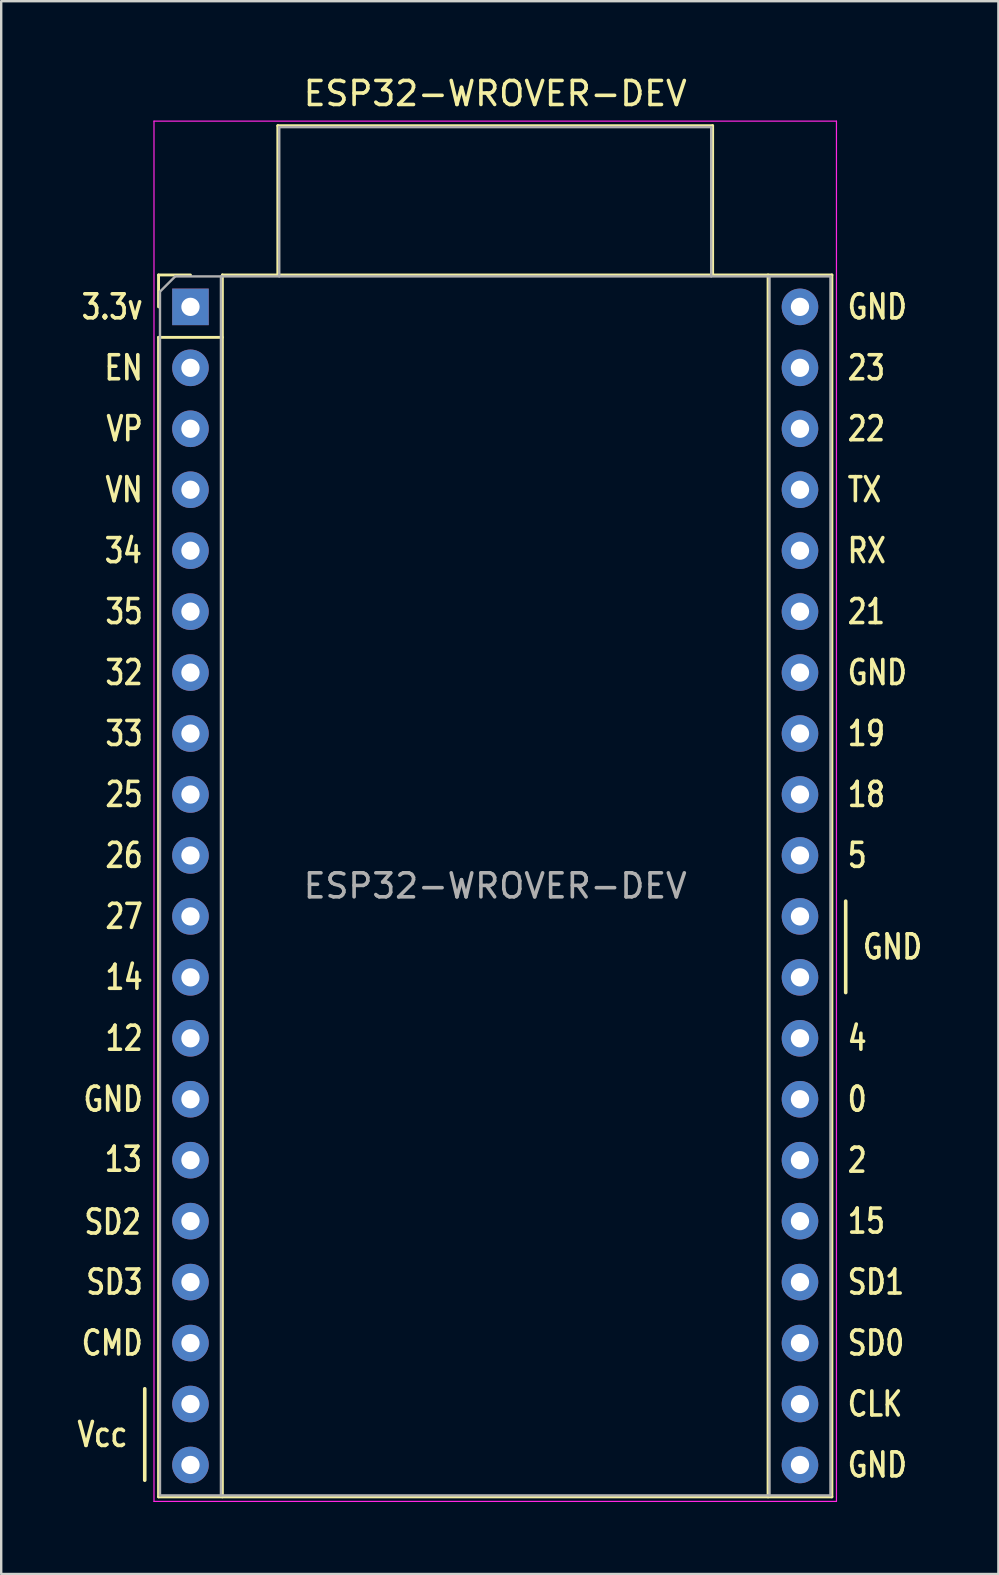
<source format=kicad_pcb>
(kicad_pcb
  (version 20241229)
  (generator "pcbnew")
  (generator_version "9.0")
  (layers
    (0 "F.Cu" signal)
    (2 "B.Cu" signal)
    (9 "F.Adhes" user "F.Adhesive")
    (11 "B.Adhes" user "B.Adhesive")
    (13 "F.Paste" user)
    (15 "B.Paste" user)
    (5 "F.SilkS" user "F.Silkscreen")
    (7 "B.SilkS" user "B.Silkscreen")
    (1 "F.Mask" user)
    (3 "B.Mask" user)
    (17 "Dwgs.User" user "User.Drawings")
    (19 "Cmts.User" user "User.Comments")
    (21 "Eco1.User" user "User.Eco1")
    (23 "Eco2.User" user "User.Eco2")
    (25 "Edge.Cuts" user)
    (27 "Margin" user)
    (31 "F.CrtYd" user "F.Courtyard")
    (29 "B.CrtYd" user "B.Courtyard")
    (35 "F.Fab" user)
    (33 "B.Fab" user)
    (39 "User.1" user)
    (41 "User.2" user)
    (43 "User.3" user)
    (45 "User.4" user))
  (footprint "ESP32-WROVER-DEV"
    (layer "F.Cu")
    (at 4.887 9.738)
    (property "Reference" "ESP32-WROVER-DEV" (at 12.7 -8.89 0) (layer "F.SilkS") (effects (font (size 1 1) (thickness 0.15))))
    (attr through_hole)
    (fp_line (start -1.905 45.085) (end -1.905 48.895) (stroke (width 0.15) (type solid)) (layer "F.SilkS"))
    (fp_line (start -1.33 -1.33) (end -1.33 0) (stroke (width 0.12) (type solid)) (layer "F.SilkS"))
    (fp_line (start -1.33 1.27) (end 1.33 1.27) (stroke (width 0.12) (type solid)) (layer "F.SilkS"))
    (fp_line (start -1.33 49.59) (end -1.33 1.27) (stroke (width 0.12) (type solid)) (layer "F.SilkS"))
    (fp_line (start 0 -1.33) (end -1.33 -1.33) (stroke (width 0.12) (type solid)) (layer "F.SilkS"))
    (fp_line (start 1.33 -1.33) (end 1.33 49.59) (stroke (width 0.12) (type solid)) (layer "F.SilkS"))
    (fp_line (start 1.33 -1.33) (end 26.73 -1.33) (stroke (width 0.12) (type solid)) (layer "F.SilkS"))
    (fp_line (start 3.64 -7.55) (end 3.64 -1.33) (stroke (width 0.12) (type solid)) (layer "F.SilkS"))
    (fp_line (start 3.64 -7.55) (end 21.76 -7.55) (stroke (width 0.12) (type solid)) (layer "F.SilkS"))
    (fp_line (start 21.76 -7.55) (end 21.76 -1.33) (stroke (width 0.12) (type solid)) (layer "F.SilkS"))
    (fp_line (start 24.07 49.59) (end 24.07 -1.33) (stroke (width 0.12) (type solid)) (layer "F.SilkS"))
    (fp_line (start 26.73 -1.33) (end 26.73 49.59) (stroke (width 0.12) (type solid)) (layer "F.SilkS"))
    (fp_line (start 26.73 49.59) (end -1.33 49.59) (stroke (width 0.12) (type solid)) (layer "F.SilkS"))
    (fp_line (start 27.305 24.765) (end 27.305 28.575) (stroke (width 0.15) (type solid)) (layer "F.SilkS"))
    (fp_line (start -1.52 -7.74) (end 26.92 -7.74) (stroke (width 0.05) (type solid)) (layer "F.CrtYd"))
    (fp_line (start -1.52 49.78) (end -1.52 -7.74) (stroke (width 0.05) (type solid)) (layer "F.CrtYd"))
    (fp_line (start 26.92 -7.74) (end 26.92 49.78) (stroke (width 0.05) (type solid)) (layer "F.CrtYd"))
    (fp_line (start 26.92 49.78) (end -1.52 49.78) (stroke (width 0.05) (type solid)) (layer "F.CrtYd"))
    (fp_line (start -1.27 -0.635) (end -0.635 -1.27) (stroke (width 0.1) (type solid)) (layer "F.Fab"))
    (fp_line (start -1.27 49.53) (end -1.27 -0.635) (stroke (width 0.1) (type solid)) (layer "F.Fab"))
    (fp_line (start -0.635 -1.27) (end 26.67 -1.27) (stroke (width 0.1) (type solid)) (layer "F.Fab"))
    (fp_line (start 1.27 -1.27) (end 1.27 49.53) (stroke (width 0.1) (type solid)) (layer "F.Fab"))
    (fp_line (start 3.7 -7.49) (end 21.7 -7.49) (stroke (width 0.1) (type solid)) (layer "F.Fab"))
    (fp_line (start 3.7 -1.27) (end 3.7 -7.49) (stroke (width 0.1) (type solid)) (layer "F.Fab"))
    (fp_line (start 21.7 -7.49) (end 21.7 -1.27) (stroke (width 0.1) (type solid)) (layer "F.Fab"))
    (fp_line (start 24.13 -1.27) (end 24.13 49.53) (stroke (width 0.1) (type solid)) (layer "F.Fab"))
    (fp_line (start 26.67 -1.27) (end 26.67 49.53) (stroke (width 0.1) (type solid)) (layer "F.Fab"))
    (fp_line (start 26.67 49.53) (end -1.27 49.53) (stroke (width 0.1) (type solid)) (layer "F.Fab"))
    (fp_text user "15" (at 27.305 38.1 0) (unlocked yes) (layer "F.SilkS") (effects (font (size 1 0.8) (thickness 0.15)) (justify left)))
    (fp_text user "32" (at -1.905 15.24 0) (unlocked yes) (layer "F.SilkS") (effects (font (size 1 0.8) (thickness 0.15)) (justify right)))
    (fp_text user "GND" (at 27.305 0 0) (unlocked yes) (layer "F.SilkS") (effects (font (size 1 0.8) (thickness 0.15)) (justify left)))
    (fp_text user "12" (at -1.905 30.48 0) (unlocked yes) (layer "F.SilkS") (effects (font (size 1 0.8) (thickness 0.15)) (justify right)))
    (fp_text user "3.3v" (at -1.905 0 0) (unlocked yes) (layer "F.SilkS") (effects (font (size 1 0.8) (thickness 0.15)) (justify right)))
    (fp_text user "2" (at 27.305 35.56 0) (unlocked yes) (layer "F.SilkS") (effects (font (size 1 0.8) (thickness 0.15)) (justify left)))
    (fp_text user "22" (at 27.305 5.08 0) (unlocked yes) (layer "F.SilkS") (effects (font (size 1 0.8) (thickness 0.15)) (justify left)))
    (fp_text user "0" (at 27.305 33.02 0) (unlocked yes) (layer "F.SilkS") (effects (font (size 1 0.8) (thickness 0.15)) (justify left)))
    (fp_text user "GND" (at 27.305 48.26 0) (unlocked yes) (layer "F.SilkS") (effects (font (size 1 0.8) (thickness 0.15)) (justify left)))
    (fp_text user "EN" (at -1.905 2.54 0) (unlocked yes) (layer "F.SilkS") (effects (font (size 1 0.8) (thickness 0.15)) (justify right)))
    (fp_text user "26" (at -1.905 22.86 0) (unlocked yes) (layer "F.SilkS") (effects (font (size 1 0.8) (thickness 0.15)) (justify right)))
    (fp_text user "Vcc" (at -2.54 46.99 0) (unlocked yes) (layer "F.SilkS") (effects (font (size 1 0.8) (thickness 0.15)) (justify right)))
    (fp_text user "GND" (at 27.94 26.67 0) (unlocked yes) (layer "F.SilkS") (effects (font (size 1 0.8) (thickness 0.15)) (justify left)))
    (fp_text user "SD0" (at 27.305 43.18 0) (unlocked yes) (layer "F.SilkS") (effects (font (size 1 0.8) (thickness 0.15)) (justify left)))
    (fp_text user "35" (at -1.905 12.7 0) (unlocked yes) (layer "F.SilkS") (effects (font (size 1 0.8) (thickness 0.15)) (justify right)))
    (fp_text user "SD2" (at -1.98 38.14 0) (unlocked yes) (layer "F.SilkS") (effects (font (size 1 0.8) (thickness 0.15)) (justify right)))
    (fp_text user "SD1" (at 27.305 40.64 0) (unlocked yes) (layer "F.SilkS") (effects (font (size 1 0.8) (thickness 0.15)) (justify left)))
    (fp_text user "GND" (at -1.905 33.02 0) (unlocked yes) (layer "F.SilkS") (effects (font (size 1 0.8) (thickness 0.15)) (justify right)))
    (fp_text user "SD3" (at -1.905 40.64 0) (unlocked yes) (layer "F.SilkS") (effects (font (size 1 0.8) (thickness 0.15)) (justify right)))
    (fp_text user "27" (at -1.905 25.4 0) (unlocked yes) (layer "F.SilkS") (effects (font (size 1 0.8) (thickness 0.15)) (justify right)))
    (fp_text user "18" (at 27.305 20.32 0) (unlocked yes) (layer "F.SilkS") (effects (font (size 1 0.8) (thickness 0.15)) (justify left)))
    (fp_text user "CLK" (at 27.305 45.72 0) (unlocked yes) (layer "F.SilkS") (effects (font (size 1 0.8) (thickness 0.15)) (justify left)))
    (fp_text user "23" (at 27.305 2.54 0) (unlocked yes) (layer "F.SilkS") (effects (font (size 1 0.8) (thickness 0.15)) (justify left)))
    (fp_text user "21" (at 27.305 12.7 0) (unlocked yes) (layer "F.SilkS") (effects (font (size 1 0.8) (thickness 0.15)) (justify left)))
    (fp_text user "CMD" (at -1.905 43.18 0) (unlocked yes) (layer "F.SilkS") (effects (font (size 1 0.8) (thickness 0.15)) (justify right)))
    (fp_text user "GND" (at 27.305 15.24 0) (unlocked yes) (layer "F.SilkS") (effects (font (size 1 0.8) (thickness 0.15)) (justify left)))
    (fp_text user "4" (at 27.305 30.48 0) (unlocked yes) (layer "F.SilkS") (effects (font (size 1 0.8) (thickness 0.15)) (justify left)))
    (fp_text user "25" (at -1.905 20.32 0) (unlocked yes) (layer "F.SilkS") (effects (font (size 1 0.8) (thickness 0.15)) (justify right)))
    (fp_text user "13" (at -1.938 35.521 0) (unlocked yes) (layer "F.SilkS") (effects (font (size 1 0.8) (thickness 0.15)) (justify right)))
    (fp_text user "RX" (at 27.305 10.16 0) (unlocked yes) (layer "F.SilkS") (effects (font (size 1 0.8) (thickness 0.15)) (justify left)))
    (fp_text user "VP" (at -1.905 5.08 0) (unlocked yes) (layer "F.SilkS") (effects (font (size 1 0.8) (thickness 0.15)) (justify right)))
    (fp_text user "VN" (at -1.905 7.62 0) (unlocked yes) (layer "F.SilkS") (effects (font (size 1 0.8) (thickness 0.15)) (justify right)))
    (fp_text user "5" (at 27.305 22.86 0) (unlocked yes) (layer "F.SilkS") (effects (font (size 1 0.8) (thickness 0.15)) (justify left)))
    (fp_text user "19" (at 27.305 17.78 0) (unlocked yes) (layer "F.SilkS") (effects (font (size 1 0.8) (thickness 0.15)) (justify left)))
    (fp_text user "34" (at -1.938 10.16 0) (unlocked yes) (layer "F.SilkS") (effects (font (size 1 0.8) (thickness 0.15)) (justify right)))
    (fp_text user "33" (at -1.905 17.78 0) (unlocked yes) (layer "F.SilkS") (effects (font (size 1 0.8) (thickness 0.15)) (justify right)))
    (fp_text user "TX" (at 27.305 7.62 0) (unlocked yes) (layer "F.SilkS") (effects (font (size 1 0.8) (thickness 0.15)) (justify left)))
    (fp_text user "14" (at -1.905 27.94 0) (unlocked yes) (layer "F.SilkS") (effects (font (size 1 0.8) (thickness 0.15)) (justify right)))
    (fp_text user "${REFERENCE}" (at 12.7 24.13 0) (layer "F.Fab") (effects (font (size 1 1) (thickness 0.15))))
    (pad "1" thru_hole rect (at 0 0) (size 1.524 1.524) (drill 0.762) (layers "*.Cu" "*.Mask"))
    (pad "2" thru_hole circle (at 0 2.54) (size 1.524 1.524) (drill 0.762) (layers "*.Cu" "*.Mask"))
    (pad "3" thru_hole circle (at 0 5.08) (size 1.524 1.524) (drill 0.762) (layers "*.Cu" "*.Mask"))
    (pad "4" thru_hole circle (at 0 7.62) (size 1.524 1.524) (drill 0.762) (layers "*.Cu" "*.Mask"))
    (pad "5" thru_hole circle (at 0 10.16) (size 1.524 1.524) (drill 0.762) (layers "*.Cu" "*.Mask"))
    (pad "6" thru_hole circle (at 0 12.7) (size 1.524 1.524) (drill 0.762) (layers "*.Cu" "*.Mask"))
    (pad "7" thru_hole circle (at 0 15.24) (size 1.524 1.524) (drill 0.762) (layers "*.Cu" "*.Mask"))
    (pad "8" thru_hole circle (at 0 17.78) (size 1.524 1.524) (drill 0.762) (layers "*.Cu" "*.Mask"))
    (pad "9" thru_hole circle (at 0 20.32) (size 1.524 1.524) (drill 0.762) (layers "*.Cu" "*.Mask"))
    (pad "10" thru_hole circle (at 0 22.86) (size 1.524 1.524) (drill 0.762) (layers "*.Cu" "*.Mask"))
    (pad "11" thru_hole circle (at 0 25.4) (size 1.524 1.524) (drill 0.762) (layers "*.Cu" "*.Mask"))
    (pad "12" thru_hole circle (at 0 27.94) (size 1.524 1.524) (drill 0.762) (layers "*.Cu" "*.Mask"))
    (pad "13" thru_hole circle (at 0 30.48) (size 1.524 1.524) (drill 0.762) (layers "*.Cu" "*.Mask"))
    (pad "14" thru_hole circle (at 0 33.02) (size 1.524 1.524) (drill 0.762) (layers "*.Cu" "*.Mask"))
    (pad "15" thru_hole circle (at 0 35.56) (size 1.524 1.524) (drill 0.762) (layers "*.Cu" "*.Mask"))
    (pad "16" thru_hole circle (at 0 38.1) (size 1.524 1.524) (drill 0.762) (layers "*.Cu" "*.Mask"))
    (pad "17" thru_hole circle (at 0 40.64) (size 1.524 1.524) (drill 0.762) (layers "*.Cu" "*.Mask"))
    (pad "18" thru_hole circle (at 0 43.18) (size 1.524 1.524) (drill 0.762) (layers "*.Cu" "*.Mask"))
    (pad "19" thru_hole circle (at 0 45.72) (size 1.524 1.524) (drill 0.762) (layers "*.Cu" "*.Mask"))
    (pad "20" thru_hole circle (at 0 48.26) (size 1.524 1.524) (drill 0.762) (layers "*.Cu" "*.Mask"))
    (pad "21" thru_hole circle (at 25.4 48.26) (size 1.524 1.524) (drill 0.762) (layers "*.Cu" "*.Mask"))
    (pad "22" thru_hole circle (at 25.4 45.72) (size 1.524 1.524) (drill 0.762) (layers "*.Cu" "*.Mask"))
    (pad "23" thru_hole circle (at 25.4 43.18) (size 1.524 1.524) (drill 0.762) (layers "*.Cu" "*.Mask"))
    (pad "24" thru_hole circle (at 25.4 40.64) (size 1.524 1.524) (drill 0.762) (layers "*.Cu" "*.Mask"))
    (pad "25" thru_hole circle (at 25.4 38.1) (size 1.524 1.524) (drill 0.762) (layers "*.Cu" "*.Mask"))
    (pad "26" thru_hole circle (at 25.4 35.56) (size 1.524 1.524) (drill 0.762) (layers "*.Cu" "*.Mask"))
    (pad "27" thru_hole circle (at 25.4 33.02) (size 1.524 1.524) (drill 0.762) (layers "*.Cu" "*.Mask"))
    (pad "28" thru_hole circle (at 25.4 30.48) (size 1.524 1.524) (drill 0.762) (layers "*.Cu" "*.Mask"))
    (pad "29" thru_hole circle (at 25.4 27.94) (size 1.524 1.524) (drill 0.762) (layers "*.Cu" "*.Mask"))
    (pad "30" thru_hole circle (at 25.4 25.4) (size 1.524 1.524) (drill 0.762) (layers "*.Cu" "*.Mask"))
    (pad "31" thru_hole circle (at 25.4 22.86) (size 1.524 1.524) (drill 0.762) (layers "*.Cu" "*.Mask"))
    (pad "32" thru_hole circle (at 25.4 20.32) (size 1.524 1.524) (drill 0.762) (layers "*.Cu" "*.Mask"))
    (pad "33" thru_hole circle (at 25.4 17.78) (size 1.524 1.524) (drill 0.762) (layers "*.Cu" "*.Mask"))
    (pad "34" thru_hole circle (at 25.4 15.24) (size 1.524 1.524) (drill 0.762) (layers "*.Cu" "*.Mask"))
    (pad "35" thru_hole circle (at 25.4 12.7) (size 1.524 1.524) (drill 0.762) (layers "*.Cu" "*.Mask"))
    (pad "36" thru_hole circle (at 25.4 10.16) (size 1.524 1.524) (drill 0.762) (layers "*.Cu" "*.Mask"))
    (pad "37" thru_hole circle (at 25.4 7.62) (size 1.524 1.524) (drill 0.762) (layers "*.Cu" "*.Mask"))
    (pad "38" thru_hole circle (at 25.4 5.08) (size 1.524 1.524) (drill 0.762) (layers "*.Cu" "*.Mask"))
    (pad "39" thru_hole circle (at 25.4 2.54) (size 1.524 1.524) (drill 0.762) (layers "*.Cu" "*.Mask"))
    (pad "40" thru_hole circle (at 25.4 0) (size 1.524 1.524) (drill 0.762) (layers "*.Cu" "*.Mask")))
  (gr_rect
    (start -3 -3)
    (end 38.555 62.543)
    (stroke (width 0.1) (type default))
    (fill no)
    (layer "Edge.Cuts")))
</source>
